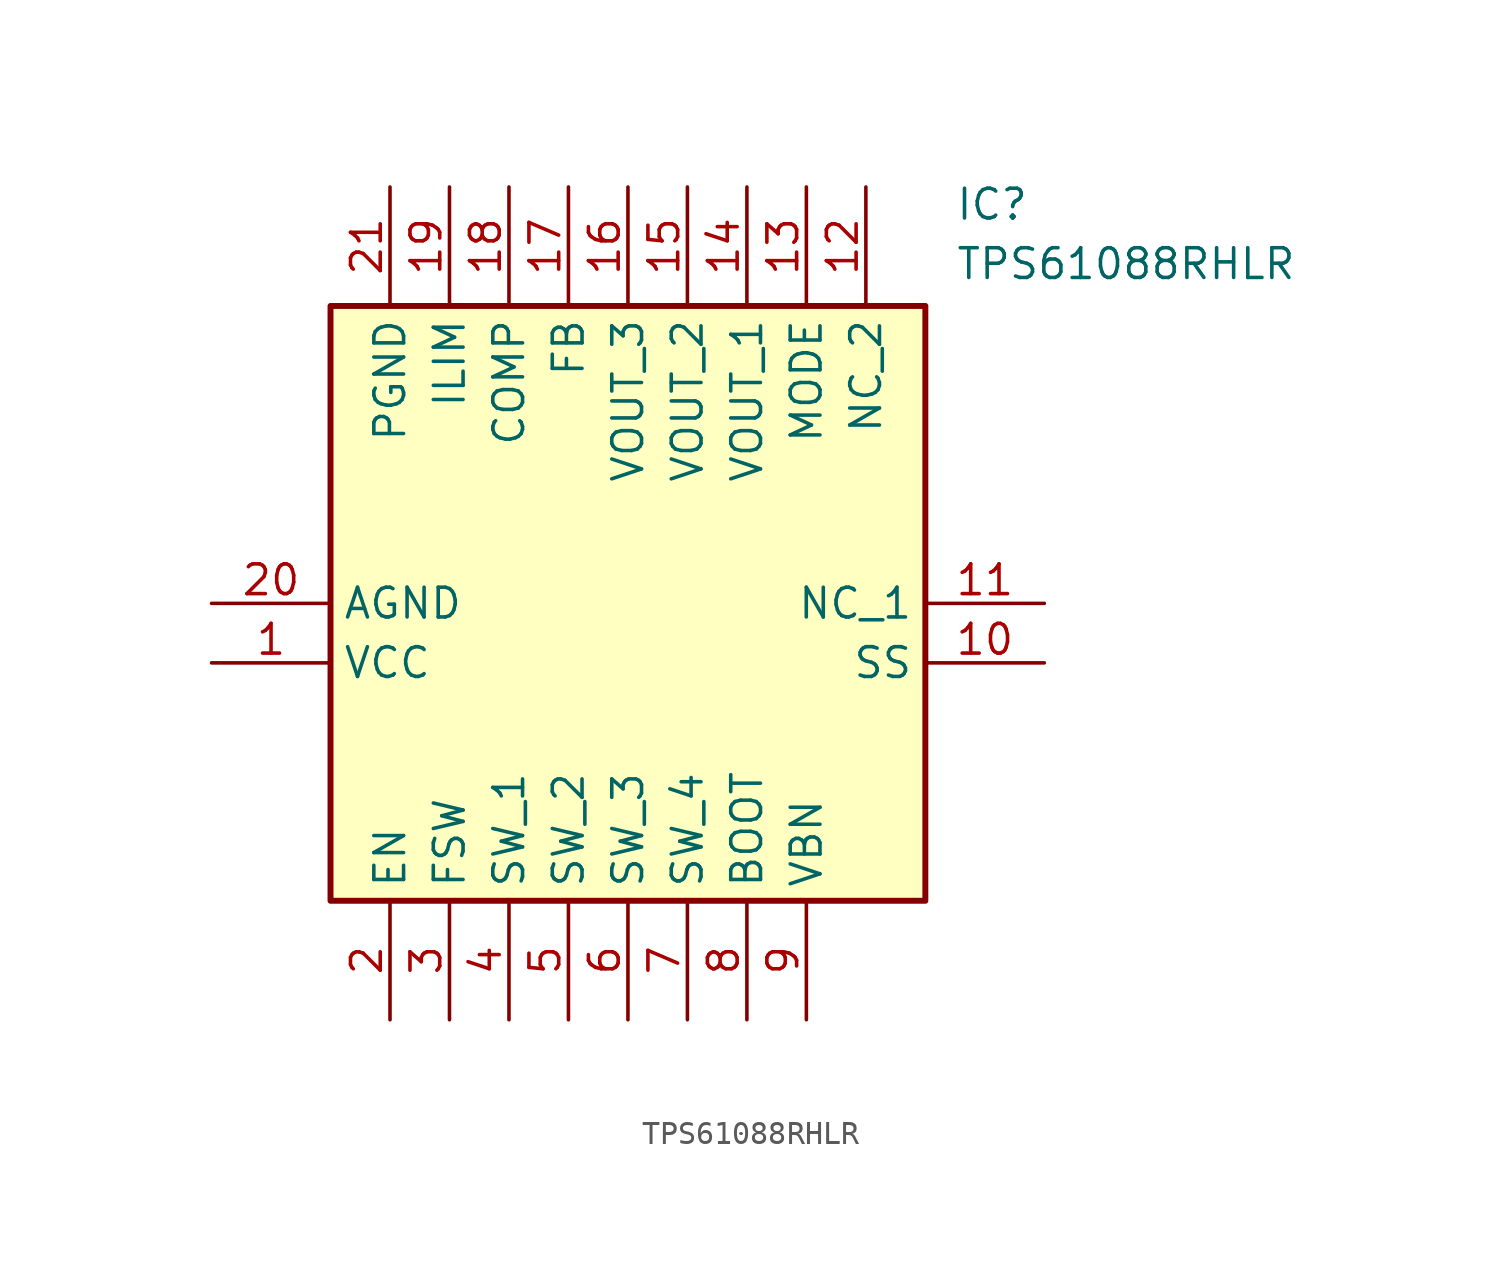
<source format=kicad_sym>
(kicad_symbol_lib
  (version 20211014)
  (generator SamacSys_ECAD_Model)
  (symbol "TPS61088RHLR"
    (property "Reference" "IC"
      (at 31.75 17.78 0)
      (effects (font (size 1.27 1.27)) (justify left top)))
    (property "Value" "TPS61088RHLR"
      (at 31.75 15.24 0)
      (effects (font (size 1.27 1.27)) (justify left top)))
    (rectangle
      (start 5.08 12.7)
      (end 30.48 -12.7)
      (stroke (width 0.254) (type default))
      (fill (type background)))
    (pin passive line
      (at 0 -2.54 0)
      (length 5.08)
      (name "VCC" (effects (font (size 1.27 1.27))))
      (number "1" (effects (font (size 1.27 1.27)))))
    (pin passive line
      (at 7.62 -17.78 90)
      (length 5.08)
      (name "EN" (effects (font (size 1.27 1.27))))
      (number "2" (effects (font (size 1.27 1.27)))))
    (pin passive line
      (at 10.16 -17.78 90)
      (length 5.08)
      (name "FSW" (effects (font (size 1.27 1.27))))
      (number "3" (effects (font (size 1.27 1.27)))))
    (pin passive line
      (at 12.7 -17.78 90)
      (length 5.08)
      (name "SW_1" (effects (font (size 1.27 1.27))))
      (number "4" (effects (font (size 1.27 1.27)))))
    (pin passive line
      (at 15.24 -17.78 90)
      (length 5.08)
      (name "SW_2" (effects (font (size 1.27 1.27))))
      (number "5" (effects (font (size 1.27 1.27)))))
    (pin passive line
      (at 17.78 -17.78 90)
      (length 5.08)
      (name "SW_3" (effects (font (size 1.27 1.27))))
      (number "6" (effects (font (size 1.27 1.27)))))
    (pin passive line
      (at 20.32 -17.78 90)
      (length 5.08)
      (name "SW_4" (effects (font (size 1.27 1.27))))
      (number "7" (effects (font (size 1.27 1.27)))))
    (pin passive line
      (at 22.86 -17.78 90)
      (length 5.08)
      (name "BOOT" (effects (font (size 1.27 1.27))))
      (number "8" (effects (font (size 1.27 1.27)))))
    (pin passive line
      (at 25.4 -17.78 90)
      (length 5.08)
      (name "VBN" (effects (font (size 1.27 1.27))))
      (number "9" (effects (font (size 1.27 1.27)))))
    (pin passive line
      (at 35.56 -2.54 180)
      (length 5.08)
      (name "SS" (effects (font (size 1.27 1.27))))
      (number "10" (effects (font (size 1.27 1.27)))))
    (pin passive line
      (at 35.56 0 180)
      (length 5.08)
      (name "NC_1" (effects (font (size 1.27 1.27))))
      (number "11" (effects (font (size 1.27 1.27)))))
    (pin passive line
      (at 27.94 17.78 270)
      (length 5.08)
      (name "NC_2" (effects (font (size 1.27 1.27))))
      (number "12" (effects (font (size 1.27 1.27)))))
    (pin passive line
      (at 25.4 17.78 270)
      (length 5.08)
      (name "MODE" (effects (font (size 1.27 1.27))))
      (number "13" (effects (font (size 1.27 1.27)))))
    (pin passive line
      (at 22.86 17.78 270)
      (length 5.08)
      (name "VOUT_1" (effects (font (size 1.27 1.27))))
      (number "14" (effects (font (size 1.27 1.27)))))
    (pin passive line
      (at 20.32 17.78 270)
      (length 5.08)
      (name "VOUT_2" (effects (font (size 1.27 1.27))))
      (number "15" (effects (font (size 1.27 1.27)))))
    (pin passive line
      (at 17.78 17.78 270)
      (length 5.08)
      (name "VOUT_3" (effects (font (size 1.27 1.27))))
      (number "16" (effects (font (size 1.27 1.27)))))
    (pin passive line
      (at 15.24 17.78 270)
      (length 5.08)
      (name "FB" (effects (font (size 1.27 1.27))))
      (number "17" (effects (font (size 1.27 1.27)))))
    (pin passive line
      (at 12.7 17.78 270)
      (length 5.08)
      (name "COMP" (effects (font (size 1.27 1.27))))
      (number "18" (effects (font (size 1.27 1.27)))))
    (pin passive line
      (at 10.16 17.78 270)
      (length 5.08)
      (name "ILIM" (effects (font (size 1.27 1.27))))
      (number "19" (effects (font (size 1.27 1.27)))))
    (pin passive line
      (at 0 0 0)
      (length 5.08)
      (name "AGND" (effects (font (size 1.27 1.27))))
      (number "20" (effects (font (size 1.27 1.27)))))
    (pin passive line
      (at 7.62 17.78 270)
      (length 5.08)
      (name "PGND" (effects (font (size 1.27 1.27))))
      (number "21" (effects (font (size 1.27 1.27)))))))
</source>
